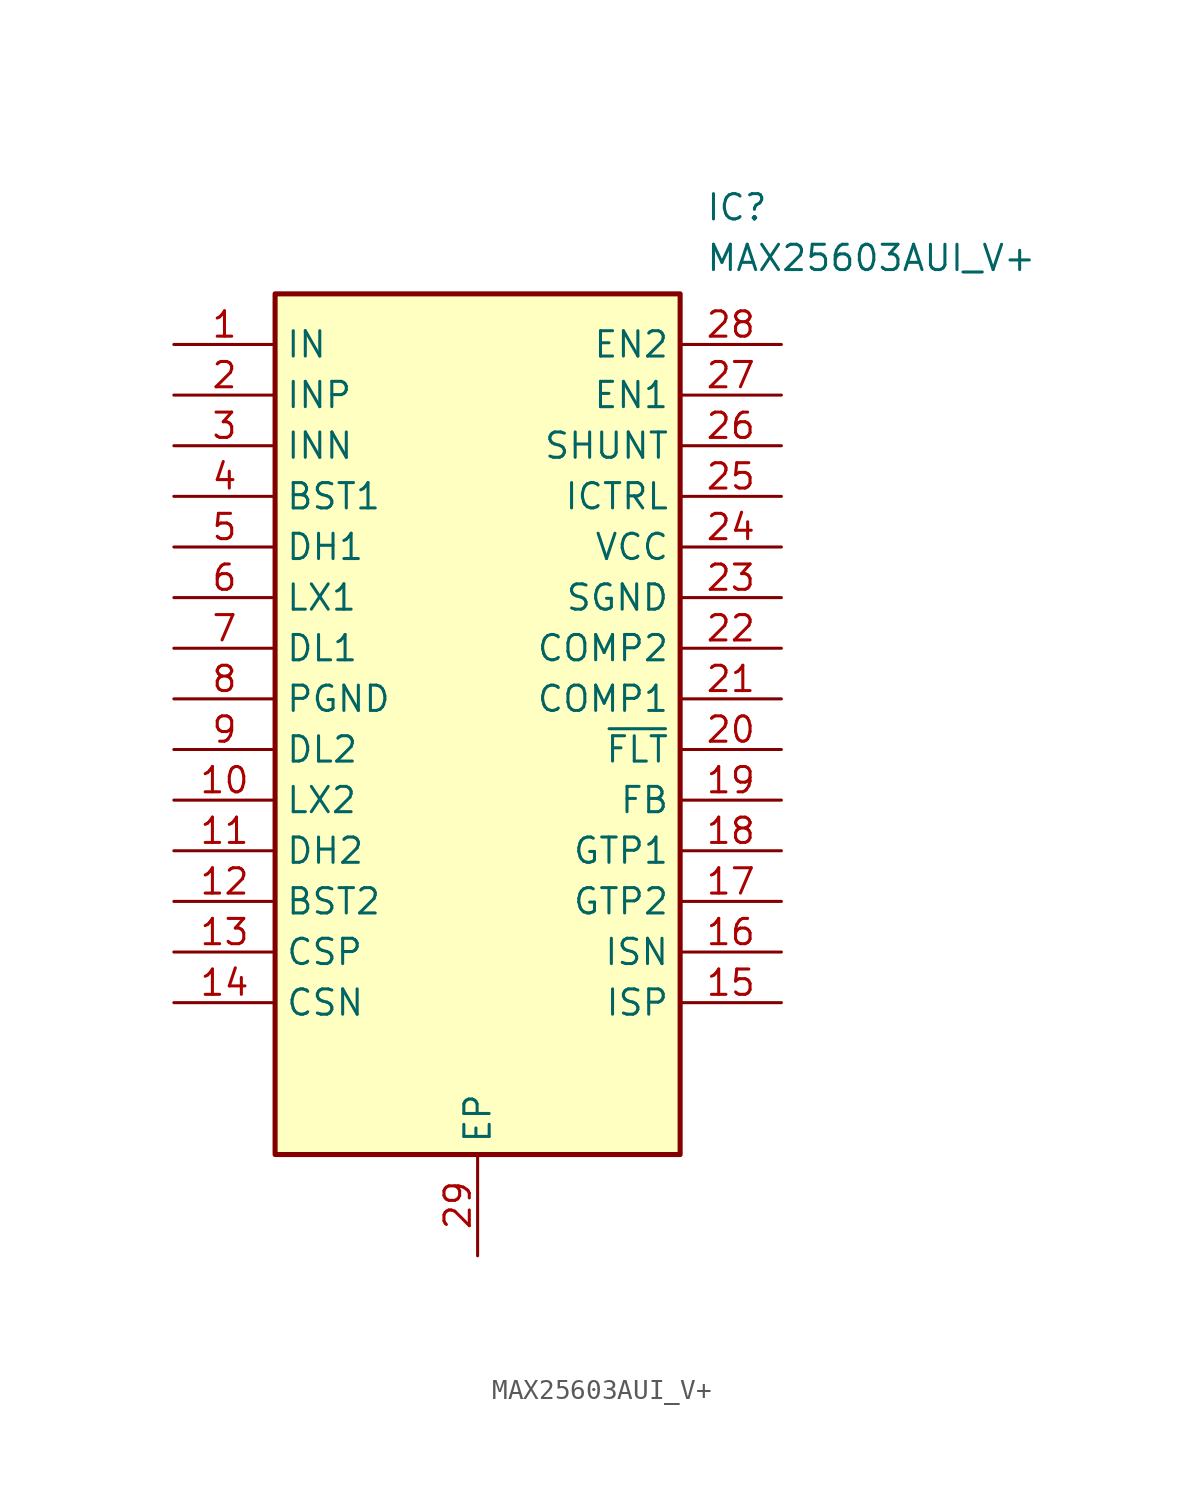
<source format=kicad_sym>
(kicad_symbol_lib
  (version 20211014)
  (generator SamacSys_ECAD_Model)
  (symbol "MAX25603AUI_V+"
    (property "Reference" "IC"
      (at 26.67 7.62 0)
      (effects (font (size 1.27 1.27)) (justify left top)))
    (property "Value" "MAX25603AUI_V+"
      (at 26.67 5.08 0)
      (effects (font (size 1.27 1.27)) (justify left top)))
    (rectangle
      (start 5.08 2.54)
      (end 25.4 -40.64)
      (stroke (width 0.254) (type default))
      (fill (type background)))
    (pin passive line
      (at 0 0 0)
      (length 5.08)
      (name "IN" (effects (font (size 1.27 1.27))))
      (number "1" (effects (font (size 1.27 1.27)))))
    (pin passive line
      (at 0 -2.54 0)
      (length 5.08)
      (name "INP" (effects (font (size 1.27 1.27))))
      (number "2" (effects (font (size 1.27 1.27)))))
    (pin passive line
      (at 0 -5.08 0)
      (length 5.08)
      (name "INN" (effects (font (size 1.27 1.27))))
      (number "3" (effects (font (size 1.27 1.27)))))
    (pin passive line
      (at 0 -7.62 0)
      (length 5.08)
      (name "BST1" (effects (font (size 1.27 1.27))))
      (number "4" (effects (font (size 1.27 1.27)))))
    (pin passive line
      (at 0 -10.16 0)
      (length 5.08)
      (name "DH1" (effects (font (size 1.27 1.27))))
      (number "5" (effects (font (size 1.27 1.27)))))
    (pin passive line
      (at 0 -12.7 0)
      (length 5.08)
      (name "LX1" (effects (font (size 1.27 1.27))))
      (number "6" (effects (font (size 1.27 1.27)))))
    (pin passive line
      (at 0 -15.24 0)
      (length 5.08)
      (name "DL1" (effects (font (size 1.27 1.27))))
      (number "7" (effects (font (size 1.27 1.27)))))
    (pin passive line
      (at 0 -17.78 0)
      (length 5.08)
      (name "PGND" (effects (font (size 1.27 1.27))))
      (number "8" (effects (font (size 1.27 1.27)))))
    (pin passive line
      (at 0 -20.32 0)
      (length 5.08)
      (name "DL2" (effects (font (size 1.27 1.27))))
      (number "9" (effects (font (size 1.27 1.27)))))
    (pin passive line
      (at 0 -22.86 0)
      (length 5.08)
      (name "LX2" (effects (font (size 1.27 1.27))))
      (number "10" (effects (font (size 1.27 1.27)))))
    (pin passive line
      (at 0 -25.4 0)
      (length 5.08)
      (name "DH2" (effects (font (size 1.27 1.27))))
      (number "11" (effects (font (size 1.27 1.27)))))
    (pin passive line
      (at 0 -27.94 0)
      (length 5.08)
      (name "BST2" (effects (font (size 1.27 1.27))))
      (number "12" (effects (font (size 1.27 1.27)))))
    (pin passive line
      (at 0 -30.48 0)
      (length 5.08)
      (name "CSP" (effects (font (size 1.27 1.27))))
      (number "13" (effects (font (size 1.27 1.27)))))
    (pin passive line
      (at 0 -33.02 0)
      (length 5.08)
      (name "CSN" (effects (font (size 1.27 1.27))))
      (number "14" (effects (font (size 1.27 1.27)))))
    (pin passive line
      (at 15.24 -45.72 90)
      (length 5.08)
      (name "EP" (effects (font (size 1.27 1.27))))
      (number "29" (effects (font (size 1.27 1.27)))))
    (pin passive line
      (at 30.48 0 180)
      (length 5.08)
      (name "EN2" (effects (font (size 1.27 1.27))))
      (number "28" (effects (font (size 1.27 1.27)))))
    (pin passive line
      (at 30.48 -2.54 180)
      (length 5.08)
      (name "EN1" (effects (font (size 1.27 1.27))))
      (number "27" (effects (font (size 1.27 1.27)))))
    (pin passive line
      (at 30.48 -5.08 180)
      (length 5.08)
      (name "SHUNT" (effects (font (size 1.27 1.27))))
      (number "26" (effects (font (size 1.27 1.27)))))
    (pin passive line
      (at 30.48 -7.62 180)
      (length 5.08)
      (name "ICTRL" (effects (font (size 1.27 1.27))))
      (number "25" (effects (font (size 1.27 1.27)))))
    (pin passive line
      (at 30.48 -10.16 180)
      (length 5.08)
      (name "VCC" (effects (font (size 1.27 1.27))))
      (number "24" (effects (font (size 1.27 1.27)))))
    (pin passive line
      (at 30.48 -12.7 180)
      (length 5.08)
      (name "SGND" (effects (font (size 1.27 1.27))))
      (number "23" (effects (font (size 1.27 1.27)))))
    (pin passive line
      (at 30.48 -15.24 180)
      (length 5.08)
      (name "COMP2" (effects (font (size 1.27 1.27))))
      (number "22" (effects (font (size 1.27 1.27)))))
    (pin passive line
      (at 30.48 -17.78 180)
      (length 5.08)
      (name "COMP1" (effects (font (size 1.27 1.27))))
      (number "21" (effects (font (size 1.27 1.27)))))
    (pin passive line
      (at 30.48 -20.32 180)
      (length 5.08)
      (name "~{FLT}" (effects (font (size 1.27 1.27))))
      (number "20" (effects (font (size 1.27 1.27)))))
    (pin passive line
      (at 30.48 -22.86 180)
      (length 5.08)
      (name "FB" (effects (font (size 1.27 1.27))))
      (number "19" (effects (font (size 1.27 1.27)))))
    (pin passive line
      (at 30.48 -25.4 180)
      (length 5.08)
      (name "GTP1" (effects (font (size 1.27 1.27))))
      (number "18" (effects (font (size 1.27 1.27)))))
    (pin passive line
      (at 30.48 -27.94 180)
      (length 5.08)
      (name "GTP2" (effects (font (size 1.27 1.27))))
      (number "17" (effects (font (size 1.27 1.27)))))
    (pin passive line
      (at 30.48 -30.48 180)
      (length 5.08)
      (name "ISN" (effects (font (size 1.27 1.27))))
      (number "16" (effects (font (size 1.27 1.27)))))
    (pin passive line
      (at 30.48 -33.02 180)
      (length 5.08)
      (name "ISP" (effects (font (size 1.27 1.27))))
      (number "15" (effects (font (size 1.27 1.27)))))))
</source>
